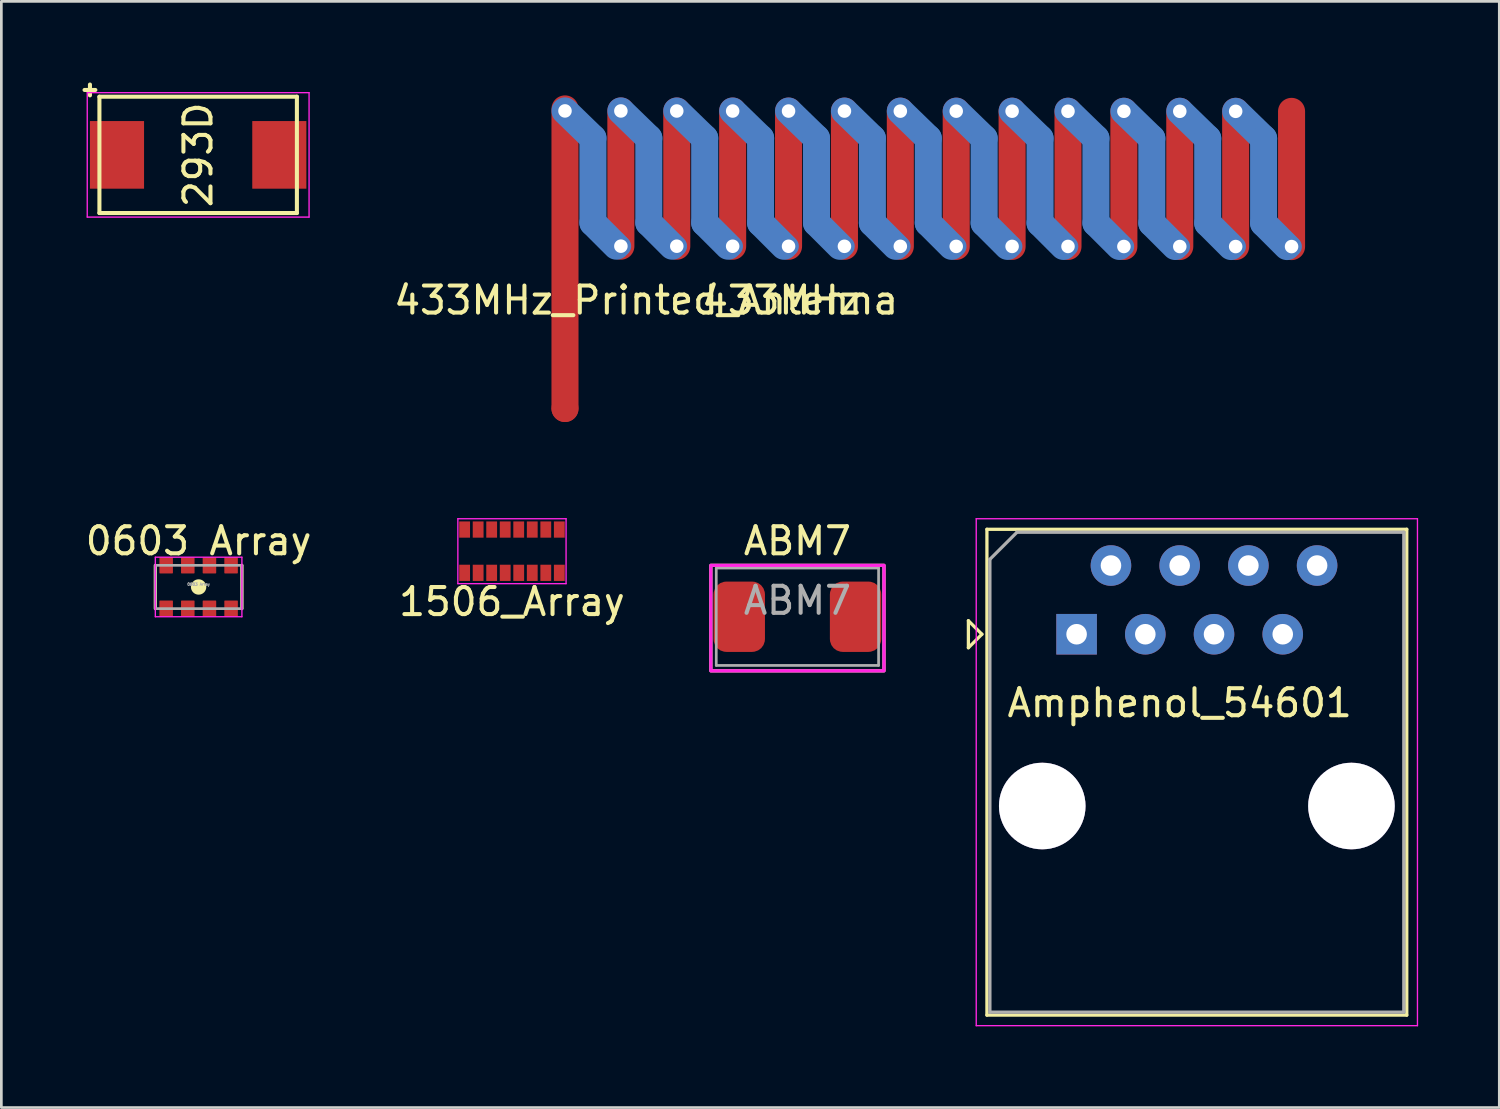
<source format=kicad_pcb>
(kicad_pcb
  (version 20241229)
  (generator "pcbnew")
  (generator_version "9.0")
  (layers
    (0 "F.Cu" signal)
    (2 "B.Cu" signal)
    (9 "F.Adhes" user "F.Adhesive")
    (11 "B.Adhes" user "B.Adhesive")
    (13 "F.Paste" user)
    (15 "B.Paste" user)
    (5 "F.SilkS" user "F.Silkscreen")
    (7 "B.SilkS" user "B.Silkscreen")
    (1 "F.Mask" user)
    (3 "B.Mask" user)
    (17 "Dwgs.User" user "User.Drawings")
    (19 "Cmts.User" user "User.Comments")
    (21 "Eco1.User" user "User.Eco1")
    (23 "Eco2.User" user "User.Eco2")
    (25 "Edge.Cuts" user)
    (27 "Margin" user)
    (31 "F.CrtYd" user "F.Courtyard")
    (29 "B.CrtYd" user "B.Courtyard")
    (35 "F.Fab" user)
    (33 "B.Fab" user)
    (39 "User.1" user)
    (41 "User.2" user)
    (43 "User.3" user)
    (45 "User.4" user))
  (footprint "ABM7"
    (layer "F.Cu")
    (at 26.427 19.748)
    (property "Reference" "ABM7" (at 0 -2.8 0) (unlocked yes) (layer "F.SilkS") (effects (font (size 1 1) (thickness 0.15))))
    (fp_rect (start -3.2 -1.9) (end 3.2 2) (stroke (width 0.12) (type solid)) (fill no) (layer "F.SilkS"))
    (fp_rect (start -3.2 -1.9) (end 3.2 2) (stroke (width 0.12) (type solid)) (fill no) (layer "F.CrtYd"))
    (fp_line (start -3 -1.8) (end 3 -1.8) (stroke (width 0.1) (type solid)) (layer "F.Fab"))
    (fp_line (start -3 1.8) (end -3 -1.8) (stroke (width 0.1) (type solid)) (layer "F.Fab"))
    (fp_line (start 3 -1.8) (end 3 1.8) (stroke (width 0.1) (type solid)) (layer "F.Fab"))
    (fp_line (start 3 1.8) (end -3 1.8) (stroke (width 0.1) (type solid)) (layer "F.Fab"))
    (fp_text user "${REFERENCE}" (at 0 -0.6 0) (unlocked yes) (layer "F.Fab") (effects (font (size 1 1) (thickness 0.15))))
    (pad "1" smd roundrect (at -2.15 0) (size 1.9 2.6) (layers "F.Cu" "F.Mask" "F.Paste") (roundrect_rratio 0.25))
    (pad "2" smd roundrect (at 2.15 0) (size 1.9 2.6) (layers "F.Cu" "F.Mask" "F.Paste") (roundrect_rratio 0.25)))
  (footprint "433MHz_Printed_Antenna"
    (layer "F.Cu")
    (at 17.835 12.05)
    (property "Reference" "433MHz_Printed_Antenna" (at 3 -4 0) (layer "F.SilkS") (effects (font (size 1 1) (thickness 0.15))))
    (attr through_hole)
    (fp_line (start 0 0) (end 0 -11.074) (stroke (width 1) (type solid)) (layer "F.Cu"))
    (fp_line (start 2.066 -6) (end 2.066 -10.999) (stroke (width 1) (type solid)) (layer "F.Cu"))
    (fp_line (start 4.132 -5.999) (end 4.132 -10.997) (stroke (width 1) (type solid)) (layer "F.Cu"))
    (fp_line (start 6.198 -5.997) (end 6.198 -10.996) (stroke (width 1) (type solid)) (layer "F.Cu"))
    (fp_line (start 8.264 -5.996) (end 8.264 -10.995) (stroke (width 1) (type solid)) (layer "F.Cu"))
    (fp_line (start 10.33 -5.995) (end 10.33 -10.994) (stroke (width 1) (type solid)) (layer "F.Cu"))
    (fp_line (start 12.396 -5.994) (end 12.396 -10.992) (stroke (width 1) (type solid)) (layer "F.Cu"))
    (fp_line (start 14.462 -5.992) (end 14.462 -10.991) (stroke (width 1) (type solid)) (layer "F.Cu"))
    (fp_line (start 16.528 -5.991) (end 16.528 -10.99) (stroke (width 1) (type solid)) (layer "F.Cu"))
    (fp_line (start 18.594 -5.99) (end 18.594 -10.988) (stroke (width 1) (type solid)) (layer "F.Cu"))
    (fp_line (start 20.66 -5.988) (end 20.66 -10.987) (stroke (width 1) (type solid)) (layer "F.Cu"))
    (fp_line (start 22.726 -5.987) (end 22.726 -10.986) (stroke (width 1) (type solid)) (layer "F.Cu"))
    (fp_line (start 24.792 -5.986) (end 24.792 -10.985) (stroke (width 1) (type solid)) (layer "F.Cu"))
    (fp_line (start 26.858 -5.985) (end 26.858 -10.983) (stroke (width 1) (type solid)) (layer "F.Cu"))
    (fp_poly (pts (xy 1 -5) (xy 1 1) (xy -1 1) (xy -1 -12) (xy 28 -12) (xy 28 -5)) (stroke (width 0.1) (type solid)) (fill yes) (layer "F.Mask"))
    (fp_line (start 0 -11) (end 1.033 -9.997) (stroke (width 1) (type solid)) (layer "B.Cu"))
    (fp_line (start 1.033 -9.997) (end 1.033 -6.865) (stroke (width 1) (type solid)) (layer "B.Cu"))
    (fp_line (start 1.033 -6.865) (end 1.897 -6.001) (stroke (width 1) (type solid)) (layer "B.Cu"))
    (fp_line (start 2.066 -10.999) (end 3.099 -9.995) (stroke (width 1) (type solid)) (layer "B.Cu"))
    (fp_line (start 3.099 -9.995) (end 3.099 -6.864) (stroke (width 1) (type solid)) (layer "B.Cu"))
    (fp_line (start 3.099 -6.864) (end 3.963 -6) (stroke (width 1) (type solid)) (layer "B.Cu"))
    (fp_line (start 4.132 -10.997) (end 5.165 -9.994) (stroke (width 1) (type solid)) (layer "B.Cu"))
    (fp_line (start 5.165 -9.994) (end 5.165 -6.862) (stroke (width 1) (type solid)) (layer "B.Cu"))
    (fp_line (start 5.165 -6.862) (end 6.029 -5.999) (stroke (width 1) (type solid)) (layer "B.Cu"))
    (fp_line (start 6.198 -10.996) (end 7.231 -9.993) (stroke (width 1) (type solid)) (layer "B.Cu"))
    (fp_line (start 7.231 -9.993) (end 7.231 -6.861) (stroke (width 1) (type solid)) (layer "B.Cu"))
    (fp_line (start 7.231 -6.861) (end 8.095 -5.997) (stroke (width 1) (type solid)) (layer "B.Cu"))
    (fp_line (start 8.264 -10.995) (end 9.297 -9.992) (stroke (width 1) (type solid)) (layer "B.Cu"))
    (fp_line (start 9.297 -9.992) (end 9.297 -6.86) (stroke (width 1) (type solid)) (layer "B.Cu"))
    (fp_line (start 9.297 -6.86) (end 10.161 -5.996) (stroke (width 1) (type solid)) (layer "B.Cu"))
    (fp_line (start 10.33 -10.994) (end 11.363 -9.99) (stroke (width 1) (type solid)) (layer "B.Cu"))
    (fp_line (start 11.363 -9.99) (end 11.363 -6.858) (stroke (width 1) (type solid)) (layer "B.Cu"))
    (fp_line (start 11.363 -6.858) (end 12.227 -5.995) (stroke (width 1) (type solid)) (layer "B.Cu"))
    (fp_line (start 12.396 -10.992) (end 13.429 -9.989) (stroke (width 1) (type solid)) (layer "B.Cu"))
    (fp_line (start 13.429 -9.989) (end 13.429 -6.857) (stroke (width 1) (type solid)) (layer "B.Cu"))
    (fp_line (start 13.429 -6.857) (end 14.293 -5.994) (stroke (width 1) (type solid)) (layer "B.Cu"))
    (fp_line (start 14.462 -10.991) (end 15.495 -9.988) (stroke (width 1) (type solid)) (layer "B.Cu"))
    (fp_line (start 15.495 -9.988) (end 15.495 -6.856) (stroke (width 1) (type solid)) (layer "B.Cu"))
    (fp_line (start 15.495 -6.856) (end 16.359 -5.992) (stroke (width 1) (type solid)) (layer "B.Cu"))
    (fp_line (start 16.528 -10.99) (end 17.561 -9.986) (stroke (width 1) (type solid)) (layer "B.Cu"))
    (fp_line (start 17.561 -9.986) (end 17.561 -6.855) (stroke (width 1) (type solid)) (layer "B.Cu"))
    (fp_line (start 17.561 -6.855) (end 18.425 -5.991) (stroke (width 1) (type solid)) (layer "B.Cu"))
    (fp_line (start 18.594 -10.988) (end 19.627 -9.985) (stroke (width 1) (type solid)) (layer "B.Cu"))
    (fp_line (start 19.627 -9.985) (end 19.627 -6.853) (stroke (width 1) (type solid)) (layer "B.Cu"))
    (fp_line (start 19.627 -6.853) (end 20.491 -5.99) (stroke (width 1) (type solid)) (layer "B.Cu"))
    (fp_line (start 20.66 -10.987) (end 21.693 -9.984) (stroke (width 1) (type solid)) (layer "B.Cu"))
    (fp_line (start 21.693 -9.984) (end 21.693 -6.852) (stroke (width 1) (type solid)) (layer "B.Cu"))
    (fp_line (start 21.693 -6.852) (end 22.557 -5.988) (stroke (width 1) (type solid)) (layer "B.Cu"))
    (fp_line (start 22.726 -10.986) (end 23.759 -9.983) (stroke (width 1) (type solid)) (layer "B.Cu"))
    (fp_line (start 23.759 -9.983) (end 23.759 -6.851) (stroke (width 1) (type solid)) (layer "B.Cu"))
    (fp_line (start 23.759 -6.851) (end 24.623 -5.987) (stroke (width 1) (type solid)) (layer "B.Cu"))
    (fp_line (start 24.792 -10.985) (end 25.825 -9.981) (stroke (width 1) (type solid)) (layer "B.Cu"))
    (fp_line (start 25.825 -9.981) (end 25.825 -6.85) (stroke (width 1) (type solid)) (layer "B.Cu"))
    (fp_line (start 25.825 -6.85) (end 26.689 -5.986) (stroke (width 1) (type solid)) (layer "B.Cu"))
    (fp_poly (pts (xy 28 -12) (xy 28 -5) (xy -1 -5) (xy -1 -12)) (stroke (width 0.1) (type solid)) (fill yes) (layer "B.Mask"))
    (fp_text user "433MHz" (at 8 -4 0) (layer "F.SilkS") (effects (font (size 1 1) (thickness 0.15))))
    (pad "" thru_hole circle (at 0 -11) (size 0.762 0.762) (drill 0.5) (layers "*.Cu" "*.Mask"))
    (pad "" thru_hole circle (at 2.066 -10.999) (size 0.762 0.762) (drill 0.5) (layers "*.Cu" "*.Mask"))
    (pad "" thru_hole circle (at 2.066 -6) (size 0.762 0.762) (drill 0.5) (layers "*.Cu" "*.Mask"))
    (pad "" thru_hole circle (at 4.132 -10.997) (size 0.762 0.762) (drill 0.5) (layers "*.Cu" "*.Mask"))
    (pad "" thru_hole circle (at 4.132 -5.999) (size 0.762 0.762) (drill 0.5) (layers "*.Cu" "*.Mask"))
    (pad "" thru_hole circle (at 6.198 -10.996) (size 0.762 0.762) (drill 0.5) (layers "*.Cu" "*.Mask"))
    (pad "" thru_hole circle (at 6.198 -5.997) (size 0.762 0.762) (drill 0.5) (layers "*.Cu" "*.Mask"))
    (pad "" thru_hole circle (at 8.264 -10.995) (size 0.762 0.762) (drill 0.5) (layers "*.Cu" "*.Mask"))
    (pad "" thru_hole circle (at 8.264 -5.996) (size 0.762 0.762) (drill 0.5) (layers "*.Cu" "*.Mask"))
    (pad "" thru_hole circle (at 10.33 -10.994) (size 0.762 0.762) (drill 0.5) (layers "*.Cu" "*.Mask"))
    (pad "" thru_hole circle (at 10.33 -5.995) (size 0.762 0.762) (drill 0.5) (layers "*.Cu" "*.Mask"))
    (pad "" thru_hole circle (at 12.396 -10.992) (size 0.762 0.762) (drill 0.5) (layers "*.Cu" "*.Mask"))
    (pad "" thru_hole circle (at 12.396 -5.994) (size 0.762 0.762) (drill 0.5) (layers "*.Cu" "*.Mask"))
    (pad "" thru_hole circle (at 14.462 -10.991) (size 0.762 0.762) (drill 0.5) (layers "*.Cu" "*.Mask"))
    (pad "" thru_hole circle (at 14.462 -5.992) (size 0.762 0.762) (drill 0.5) (layers "*.Cu" "*.Mask"))
    (pad "" thru_hole circle (at 16.528 -10.99) (size 0.762 0.762) (drill 0.5) (layers "*.Cu" "*.Mask"))
    (pad "" thru_hole circle (at 16.528 -5.991) (size 0.762 0.762) (drill 0.5) (layers "*.Cu" "*.Mask"))
    (pad "" thru_hole circle (at 18.594 -10.988) (size 0.762 0.762) (drill 0.5) (layers "*.Cu" "*.Mask"))
    (pad "" thru_hole circle (at 18.594 -5.99) (size 0.762 0.762) (drill 0.5) (layers "*.Cu" "*.Mask"))
    (pad "" thru_hole circle (at 20.66 -10.987) (size 0.762 0.762) (drill 0.5) (layers "*.Cu" "*.Mask"))
    (pad "" thru_hole circle (at 20.66 -5.988) (size 0.762 0.762) (drill 0.5) (layers "*.Cu" "*.Mask"))
    (pad "" thru_hole circle (at 22.726 -10.986) (size 0.762 0.762) (drill 0.5) (layers "*.Cu" "*.Mask"))
    (pad "" thru_hole circle (at 22.726 -5.987) (size 0.762 0.762) (drill 0.5) (layers "*.Cu" "*.Mask"))
    (pad "" thru_hole circle (at 24.792 -10.985) (size 0.762 0.762) (drill 0.5) (layers "*.Cu" "*.Mask"))
    (pad "" thru_hole circle (at 24.792 -5.986) (size 0.762 0.762) (drill 0.5) (layers "*.Cu" "*.Mask"))
    (pad "" thru_hole circle (at 26.858 -5.985) (size 0.762 0.762) (drill 0.5) (layers "*.Cu" "*.Mask"))
    (pad "1" smd circle (at 0 0) (size 1 1) (layers "F.Cu")))
  (footprint "293D"
    (layer "F.Cu")
    (at 4.275 2.675)
    (property "Reference" "293D" (at 0 0 90) (layer "F.SilkS") (effects (font (size 1 1) (thickness 0.15))))
    (attr through_hole)
    (fp_line (start -4.2 -2.4) (end -3.8 -2.4) (stroke (width 0.15) (type solid)) (layer "F.SilkS"))
    (fp_line (start -4 -2.6) (end -4 -2.2) (stroke (width 0.15) (type solid)) (layer "F.SilkS"))
    (fp_line (start -3.65 2.15) (end -3.65 -2.15) (stroke (width 0.15) (type solid)) (layer "F.SilkS"))
    (fp_line (start 3.65 -2.15) (end -3.65 -2.15) (stroke (width 0.15) (type solid)) (layer "F.SilkS"))
    (fp_line (start 3.65 -2.15) (end 3.65 2.15) (stroke (width 0.15) (type solid)) (layer "F.SilkS"))
    (fp_line (start 3.65 2.15) (end -3.65 2.15) (stroke (width 0.15) (type solid)) (layer "F.SilkS"))
    (fp_line (start -4.1 -2.3) (end 4.1 -2.3) (stroke (width 0.05) (type solid)) (layer "F.CrtYd"))
    (fp_line (start -4.1 2.3) (end -4.1 -2.3) (stroke (width 0.05) (type solid)) (layer "F.CrtYd"))
    (fp_line (start 4.1 -2.3) (end 4.1 2.3) (stroke (width 0.05) (type solid)) (layer "F.CrtYd"))
    (fp_line (start 4.1 2.3) (end -4.1 2.3) (stroke (width 0.05) (type solid)) (layer "F.CrtYd"))
    (pad "1" smd rect (at -3 0) (size 2 2.5) (layers "F.Cu" "F.Mask" "F.Paste"))
    (pad "2" smd rect (at 3 0) (size 2 2.5) (layers "F.Cu" "F.Mask" "F.Paste")))
  (footprint "Amphenol_54601"
    (layer "F.Cu")
    (at 41.192 25.495)
    (property "Reference" "Amphenol_54601" (at -0.635 -2.56 0) (layer "F.SilkS") (effects (font (size 1 1) (thickness 0.15))))
    (attr through_hole)
    (fp_line (start -8.445 -5.6) (end -8.445 -4.6) (stroke (width 0.12) (type solid)) (layer "F.SilkS"))
    (fp_line (start -8.445 -4.6) (end -7.945 -5.1) (stroke (width 0.12) (type solid)) (layer "F.SilkS"))
    (fp_line (start -7.945 -5.1) (end -8.445 -5.6) (stroke (width 0.12) (type solid)) (layer "F.SilkS"))
    (fp_line (start -7.76 -8.98) (end -7.76 8.98) (stroke (width 0.12) (type solid)) (layer "F.SilkS"))
    (fp_line (start -7.76 8.98) (end 7.76 8.98) (stroke (width 0.12) (type solid)) (layer "F.SilkS"))
    (fp_line (start 7.76 -8.98) (end -7.76 -8.98) (stroke (width 0.12) (type solid)) (layer "F.SilkS"))
    (fp_line (start 7.76 -8.98) (end 7.76 8.98) (stroke (width 0.12) (type solid)) (layer "F.SilkS"))
    (fp_line (start -8.155 -9.37) (end -8.155 9.37) (stroke (width 0.05) (type solid)) (layer "F.CrtYd"))
    (fp_line (start -8.155 -9.37) (end 8.155 -9.37) (stroke (width 0.05) (type solid)) (layer "F.CrtYd"))
    (fp_line (start 8.155 9.37) (end -8.155 9.37) (stroke (width 0.05) (type solid)) (layer "F.CrtYd"))
    (fp_line (start 8.155 9.37) (end 8.155 -9.37) (stroke (width 0.05) (type solid)) (layer "F.CrtYd"))
    (fp_line (start -7.65 -7.87) (end -6.65 -8.87) (stroke (width 0.12) (type solid)) (layer "F.Fab"))
    (fp_line (start -7.65 8.87) (end -7.65 -7.87) (stroke (width 0.12) (type solid)) (layer "F.Fab"))
    (fp_line (start -6.65 -8.87) (end 7.65 -8.87) (stroke (width 0.12) (type solid)) (layer "F.Fab"))
    (fp_line (start 7.65 -8.87) (end 7.65 8.87) (stroke (width 0.12) (type solid)) (layer "F.Fab"))
    (fp_line (start 7.65 8.87) (end -7.65 8.87) (stroke (width 0.12) (type solid)) (layer "F.Fab"))
    (pad "" thru_hole circle (at -5.715 1.25) (size 3.2 3.2) (drill 3.2) (layers "*.Cu" "*.Mask"))
    (pad "" thru_hole circle (at 5.715 1.25) (size 3.2 3.2) (drill 3.2) (layers "*.Cu" "*.Mask"))
    (pad "1" thru_hole rect (at -4.445 -5.1) (size 1.5 1.5) (drill 0.76) (layers "*.Cu" "*.Mask"))
    (pad "2" thru_hole circle (at -3.175 -7.64) (size 1.5 1.5) (drill 0.76) (layers "*.Cu" "*.Mask"))
    (pad "3" thru_hole circle (at -1.905 -5.1) (size 1.5 1.5) (drill 0.76) (layers "*.Cu" "*.Mask"))
    (pad "4" thru_hole circle (at -0.635 -7.64) (size 1.5 1.5) (drill 0.76) (layers "*.Cu" "*.Mask"))
    (pad "5" thru_hole circle (at 0.635 -5.1) (size 1.5 1.5) (drill 0.76) (layers "*.Cu" "*.Mask"))
    (pad "6" thru_hole circle (at 1.905 -7.64) (size 1.5 1.5) (drill 0.76) (layers "*.Cu" "*.Mask"))
    (pad "7" thru_hole circle (at 3.175 -5.1) (size 1.5 1.5) (drill 0.76) (layers "*.Cu" "*.Mask"))
    (pad "8" thru_hole circle (at 4.445 -7.64) (size 1.5 1.5) (drill 0.76) (layers "*.Cu" "*.Mask")))
  (footprint "1506_Array"
    (layer "F.Cu")
    (at 15.875 17.325)
    (property "Reference" "1506_Array" (at 0 1.87 0) (layer "F.SilkS") (effects (font (size 1 1) (thickness 0.15))))
    (attr through_hole)
    (fp_line (start -2 -1.2) (end 2 -1.2) (stroke (width 0.05) (type solid)) (layer "F.CrtYd"))
    (fp_line (start -2 1.2) (end -2 -1.2) (stroke (width 0.05) (type solid)) (layer "F.CrtYd"))
    (fp_line (start 2 -1.2) (end 2 1.2) (stroke (width 0.05) (type solid)) (layer "F.CrtYd"))
    (fp_line (start 2 1.2) (end -2 1.2) (stroke (width 0.05) (type solid)) (layer "F.CrtYd"))
    (pad "1" smd rect (at -1.75 -0.8) (size 0.4 0.6) (layers "F.Cu" "F.Mask" "F.Paste"))
    (pad "2" smd rect (at -1.25 -0.8) (size 0.4 0.6) (layers "F.Cu" "F.Mask" "F.Paste"))
    (pad "3" smd rect (at -0.75 -0.8) (size 0.4 0.6) (layers "F.Cu" "F.Mask" "F.Paste"))
    (pad "4" smd rect (at -0.25 -0.8) (size 0.4 0.6) (layers "F.Cu" "F.Mask" "F.Paste"))
    (pad "5" smd rect (at 0.25 -0.8) (size 0.4 0.6) (layers "F.Cu" "F.Mask" "F.Paste"))
    (pad "6" smd rect (at 0.75 -0.8) (size 0.4 0.6) (layers "F.Cu" "F.Mask" "F.Paste"))
    (pad "7" smd rect (at 1.25 -0.8) (size 0.4 0.6) (layers "F.Cu" "F.Mask" "F.Paste"))
    (pad "8" smd rect (at 1.75 -0.8) (size 0.4 0.6) (layers "F.Cu" "F.Mask" "F.Paste"))
    (pad "9" smd rect (at 1.75 0.8) (size 0.4 0.6) (layers "F.Cu" "F.Mask" "F.Paste"))
    (pad "10" smd rect (at 1.25 0.8) (size 0.4 0.6) (layers "F.Cu" "F.Mask" "F.Paste"))
    (pad "11" smd rect (at 0.75 0.8) (size 0.4 0.6) (layers "F.Cu" "F.Mask" "F.Paste"))
    (pad "12" smd rect (at 0.25 0.8) (size 0.4 0.6) (layers "F.Cu" "F.Mask" "F.Paste"))
    (pad "13" smd rect (at -0.25 0.8) (size 0.4 0.6) (layers "F.Cu" "F.Mask" "F.Paste"))
    (pad "14" smd rect (at -0.75 0.8) (size 0.4 0.6) (layers "F.Cu" "F.Mask" "F.Paste"))
    (pad "15" smd rect (at -1.25 0.8) (size 0.4 0.6) (layers "F.Cu" "F.Mask" "F.Paste"))
    (pad "16" smd rect (at -1.75 0.8) (size 0.4 0.6) (layers "F.Cu" "F.Mask" "F.Paste")))
  (footprint "0603 Array"
    (layer "F.Cu")
    (at 4.292 18.648)
    (property "Reference" "0603 Array" (at 0 -1.7 0) (unlocked yes) (layer "F.SilkS") (effects (font (size 1 1) (thickness 0.15))))
    (fp_line (start -1.6 0.8) (end -1.6 -0.8) (stroke (width 0.12) (type solid)) (layer "F.SilkS"))
    (fp_line (start 1.6 -0.8) (end 1.6 0.8) (stroke (width 0.12) (type solid)) (layer "F.SilkS"))
    (fp_circle (center 0 0) (end 0.224 0) (stroke (width 0.12) (type solid)) (fill yes) (layer "F.SilkS"))
    (fp_line (start -1.6 -1.1) (end -1.6 1.1) (stroke (width 0.05) (type solid)) (layer "F.CrtYd"))
    (fp_line (start -1.6 -1.1) (end 1.6 -1.1) (stroke (width 0.05) (type solid)) (layer "F.CrtYd"))
    (fp_line (start -1.6 1.1) (end 1.6 1.1) (stroke (width 0.05) (type solid)) (layer "F.CrtYd"))
    (fp_line (start 1.6 1.1) (end 1.6 -1.1) (stroke (width 0.05) (type solid)) (layer "F.CrtYd"))
    (fp_line (start -1.6 -0.8) (end 1.6 -0.8) (stroke (width 0.1) (type solid)) (layer "F.Fab"))
    (fp_line (start -1.6 0.8) (end -1.6 -0.8) (stroke (width 0.1) (type solid)) (layer "F.Fab"))
    (fp_line (start 1.6 -0.8) (end 1.6 0.8) (stroke (width 0.1) (type solid)) (layer "F.Fab"))
    (fp_line (start 1.6 0.8) (end -1.6 0.8) (stroke (width 0.1) (type solid)) (layer "F.Fab"))
    (fp_text user "${REFERENCE}" (at 0 -0.1 0) (unlocked yes) (layer "F.Fab") (effects (font (size 0.1 0.1) (thickness 0.025))))
    (pad "1" smd roundrect (at -1.2 -0.8) (size 0.5 0.6) (layers "F.Cu" "F.Mask" "F.Paste") (roundrect_rratio 0.05))
    (pad "2" smd roundrect (at -1.2 0.8) (size 0.5 0.6) (layers "F.Cu" "F.Mask" "F.Paste") (roundrect_rratio 0.05))
    (pad "3" smd roundrect (at -0.4 -0.8) (size 0.5 0.6) (layers "F.Cu" "F.Mask" "F.Paste") (roundrect_rratio 0.05))
    (pad "4" smd roundrect (at -0.4 0.8) (size 0.5 0.6) (layers "F.Cu" "F.Mask" "F.Paste") (roundrect_rratio 0.05))
    (pad "5" smd roundrect (at 0.4 -0.8) (size 0.5 0.6) (layers "F.Cu" "F.Mask" "F.Paste") (roundrect_rratio 0.05))
    (pad "6" smd roundrect (at 0.4 0.8) (size 0.5 0.6) (layers "F.Cu" "F.Mask" "F.Paste") (roundrect_rratio 0.05))
    (pad "7" smd roundrect (at 1.2 -0.8) (size 0.5 0.6) (layers "F.Cu" "F.Mask" "F.Paste") (roundrect_rratio 0.05))
    (pad "8" smd roundrect (at 1.2 0.8) (size 0.5 0.6) (layers "F.Cu" "F.Mask" "F.Paste") (roundrect_rratio 0.05)))
  (gr_rect
    (start -3 -3)
    (end 52.372 37.89)
    (stroke (width 0.1) (type default))
    (fill no)
    (layer "Edge.Cuts")))
</source>
